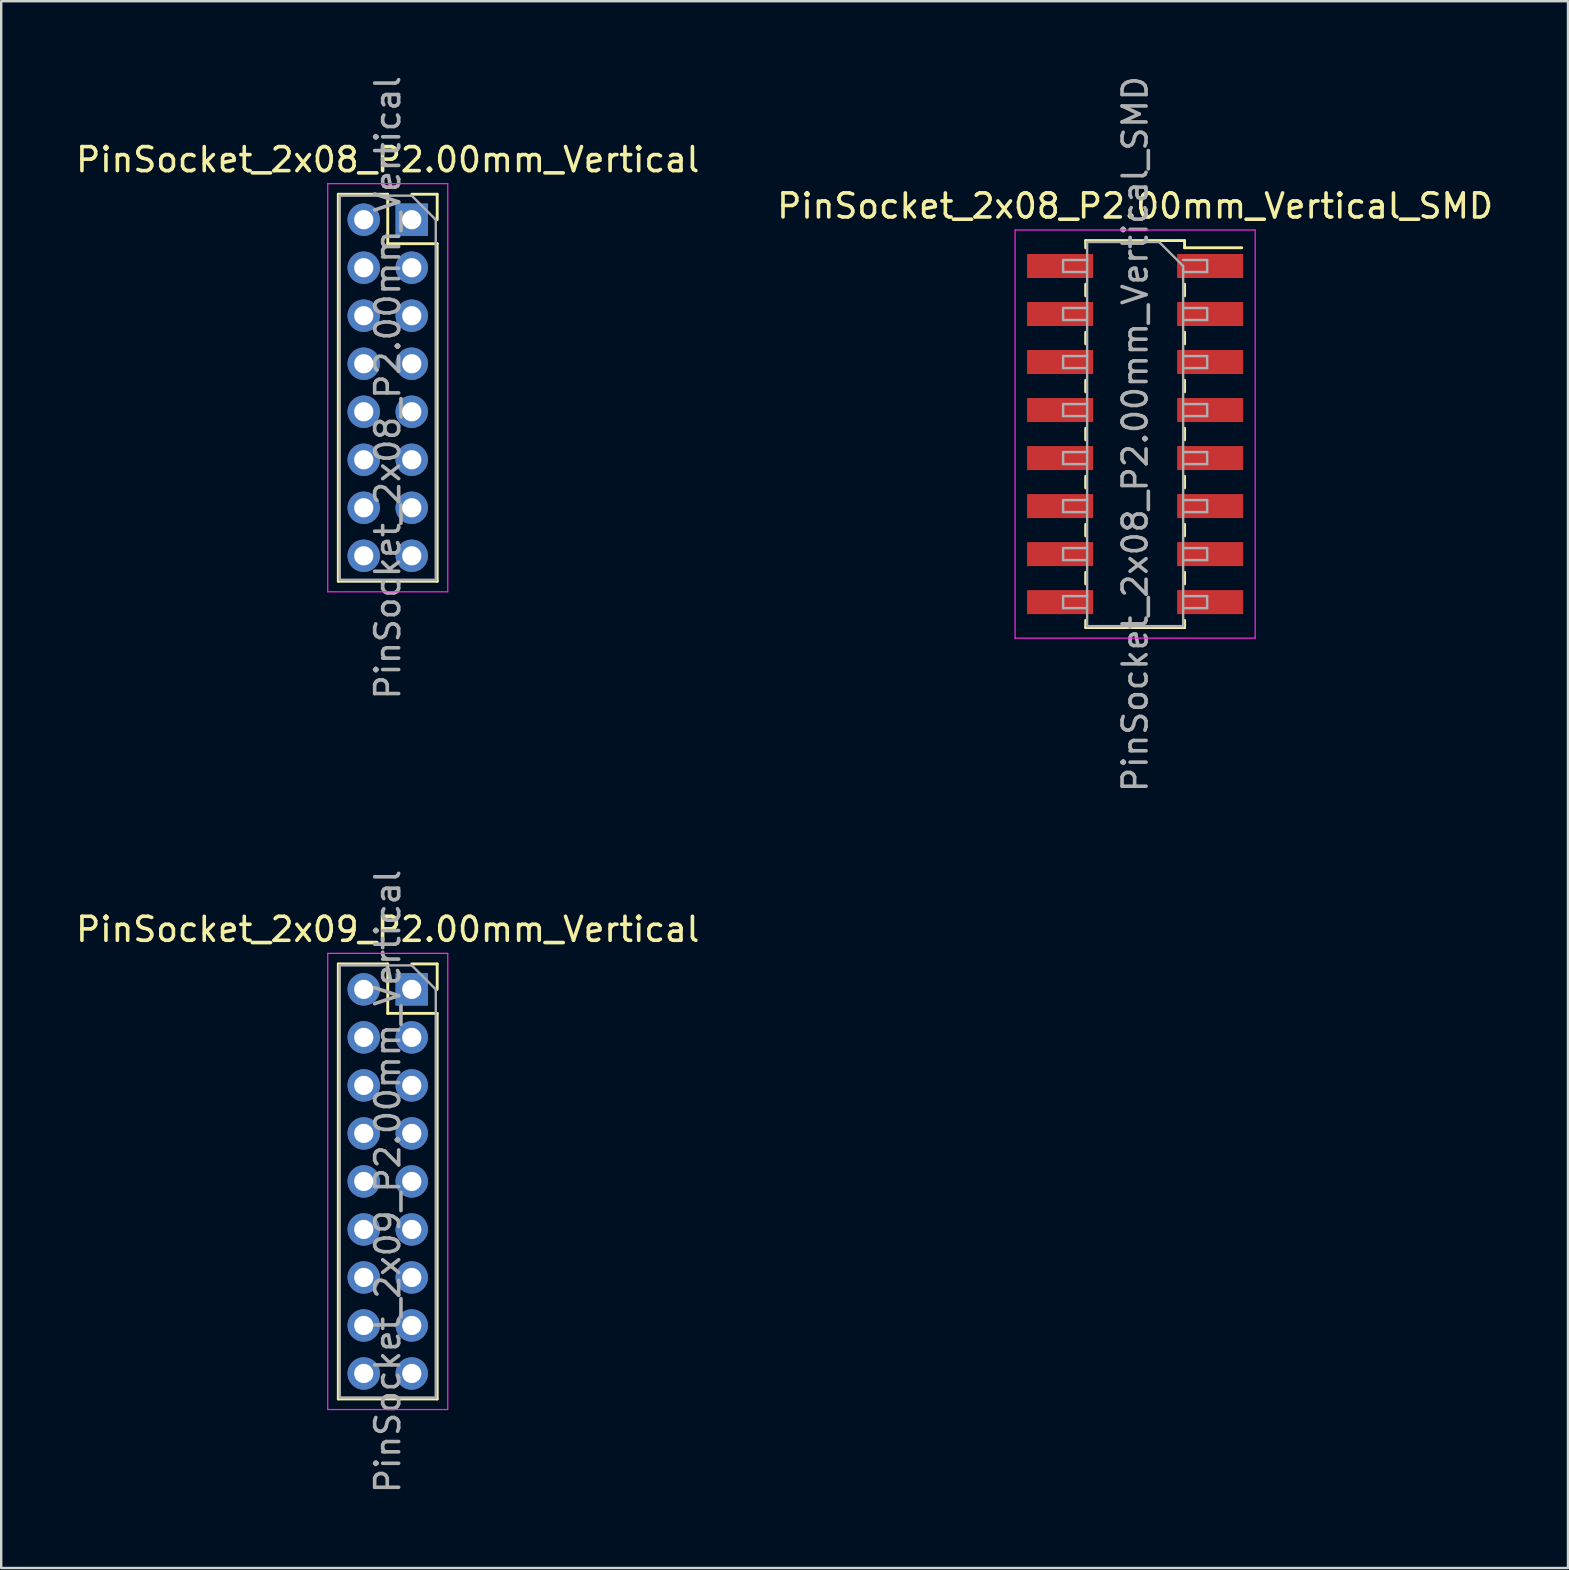
<source format=kicad_pcb>
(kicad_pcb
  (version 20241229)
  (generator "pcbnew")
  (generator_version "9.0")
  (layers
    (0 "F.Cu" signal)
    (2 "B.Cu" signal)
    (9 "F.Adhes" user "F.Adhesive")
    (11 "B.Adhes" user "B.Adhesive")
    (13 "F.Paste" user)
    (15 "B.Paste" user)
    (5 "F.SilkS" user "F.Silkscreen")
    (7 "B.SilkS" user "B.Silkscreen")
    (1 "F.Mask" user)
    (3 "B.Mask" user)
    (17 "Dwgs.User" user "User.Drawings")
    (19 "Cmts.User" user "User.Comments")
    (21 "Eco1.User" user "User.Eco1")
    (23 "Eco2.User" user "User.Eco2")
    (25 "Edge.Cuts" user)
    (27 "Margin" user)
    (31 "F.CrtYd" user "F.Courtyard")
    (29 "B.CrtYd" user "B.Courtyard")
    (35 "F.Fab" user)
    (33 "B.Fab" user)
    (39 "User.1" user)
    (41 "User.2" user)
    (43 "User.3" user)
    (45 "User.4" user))
  (footprint "PinSocket_2x09_P2.00mm_Vertical"
    (layer "F.Cu")
    (at 14.101 38.161)
    (property "Reference" "PinSocket_2x09_P2.00mm_Vertical" (at -1 -2.5 0) (layer "F.SilkS") (effects (font (size 1 1) (thickness 0.15))))
    (attr through_hole)
    (fp_line (start -3.06 -1.06) (end -3.06 17.06) (stroke (width 0.12) (type solid)) (layer "F.SilkS"))
    (fp_line (start -3.06 -1.06) (end -1 -1.06) (stroke (width 0.12) (type solid)) (layer "F.SilkS"))
    (fp_line (start -3.06 17.06) (end 1.06 17.06) (stroke (width 0.12) (type solid)) (layer "F.SilkS"))
    (fp_line (start -1 -1.06) (end -1 1) (stroke (width 0.12) (type solid)) (layer "F.SilkS"))
    (fp_line (start -1 1) (end 1.06 1) (stroke (width 0.12) (type solid)) (layer "F.SilkS"))
    (fp_line (start 0 -1.06) (end 1.06 -1.06) (stroke (width 0.12) (type solid)) (layer "F.SilkS"))
    (fp_line (start 1.06 -1.06) (end 1.06 0) (stroke (width 0.12) (type solid)) (layer "F.SilkS"))
    (fp_line (start 1.06 1) (end 1.06 17.06) (stroke (width 0.12) (type solid)) (layer "F.SilkS"))
    (fp_line (start -3.5 -1.5) (end 1.5 -1.5) (stroke (width 0.05) (type solid)) (layer "F.CrtYd"))
    (fp_line (start -3.5 17.5) (end -3.5 -1.5) (stroke (width 0.05) (type solid)) (layer "F.CrtYd"))
    (fp_line (start 1.5 -1.5) (end 1.5 17.5) (stroke (width 0.05) (type solid)) (layer "F.CrtYd"))
    (fp_line (start 1.5 17.5) (end -3.5 17.5) (stroke (width 0.05) (type solid)) (layer "F.CrtYd"))
    (fp_line (start -3 -1) (end 0 -1) (stroke (width 0.1) (type solid)) (layer "F.Fab"))
    (fp_line (start -3 17) (end -3 -1) (stroke (width 0.1) (type solid)) (layer "F.Fab"))
    (fp_line (start 0 -1) (end 1 0) (stroke (width 0.1) (type solid)) (layer "F.Fab"))
    (fp_line (start 1 0) (end 1 17) (stroke (width 0.1) (type solid)) (layer "F.Fab"))
    (fp_line (start 1 17) (end -3 17) (stroke (width 0.1) (type solid)) (layer "F.Fab"))
    (fp_text user "${REFERENCE}" (at -1 8 90) (layer "F.Fab") (effects (font (size 1 1) (thickness 0.15))))
    (pad "1" thru_hole rect (at 0 0) (size 1.35 1.35) (drill 0.8) (layers "*.Cu" "*.Mask"))
    (pad "2" thru_hole oval (at -2 0) (size 1.35 1.35) (drill 0.8) (layers "*.Cu" "*.Mask"))
    (pad "3" thru_hole oval (at 0 2) (size 1.35 1.35) (drill 0.8) (layers "*.Cu" "*.Mask"))
    (pad "4" thru_hole oval (at -2 2) (size 1.35 1.35) (drill 0.8) (layers "*.Cu" "*.Mask"))
    (pad "5" thru_hole oval (at 0 4) (size 1.35 1.35) (drill 0.8) (layers "*.Cu" "*.Mask"))
    (pad "6" thru_hole oval (at -2 4) (size 1.35 1.35) (drill 0.8) (layers "*.Cu" "*.Mask"))
    (pad "7" thru_hole oval (at 0 6) (size 1.35 1.35) (drill 0.8) (layers "*.Cu" "*.Mask"))
    (pad "8" thru_hole oval (at -2 6) (size 1.35 1.35) (drill 0.8) (layers "*.Cu" "*.Mask"))
    (pad "9" thru_hole oval (at 0 8) (size 1.35 1.35) (drill 0.8) (layers "*.Cu" "*.Mask"))
    (pad "10" thru_hole oval (at -2 8) (size 1.35 1.35) (drill 0.8) (layers "*.Cu" "*.Mask"))
    (pad "11" thru_hole oval (at 0 10) (size 1.35 1.35) (drill 0.8) (layers "*.Cu" "*.Mask"))
    (pad "12" thru_hole oval (at -2 10) (size 1.35 1.35) (drill 0.8) (layers "*.Cu" "*.Mask"))
    (pad "13" thru_hole oval (at 0 12) (size 1.35 1.35) (drill 0.8) (layers "*.Cu" "*.Mask"))
    (pad "14" thru_hole oval (at -2 12) (size 1.35 1.35) (drill 0.8) (layers "*.Cu" "*.Mask"))
    (pad "15" thru_hole oval (at 0 14) (size 1.35 1.35) (drill 0.8) (layers "*.Cu" "*.Mask"))
    (pad "16" thru_hole oval (at -2 14) (size 1.35 1.35) (drill 0.8) (layers "*.Cu" "*.Mask"))
    (pad "17" thru_hole oval (at 0 16) (size 1.35 1.35) (drill 0.8) (layers "*.Cu" "*.Mask"))
    (pad "18" thru_hole oval (at -2 16) (size 1.35 1.35) (drill 0.8) (layers "*.Cu" "*.Mask")))
  (footprint "PinSocket_2x08_P2.00mm_Vertical_SMD"
    (layer "F.Cu")
    (at 44.232 15.03)
    (property "Reference" "PinSocket_2x08_P2.00mm_Vertical_SMD" (at 0 -9.5 0) (layer "F.SilkS") (effects (font (size 1 1) (thickness 0.15))))
    (attr smd)
    (fp_line (start -2.06 -8.06) (end -2.06 -7.76) (stroke (width 0.12) (type solid)) (layer "F.SilkS"))
    (fp_line (start -2.06 -8.06) (end 2.06 -8.06) (stroke (width 0.12) (type solid)) (layer "F.SilkS"))
    (fp_line (start -2.06 -6.24) (end -2.06 -5.76) (stroke (width 0.12) (type solid)) (layer "F.SilkS"))
    (fp_line (start -2.06 -4.24) (end -2.06 -3.76) (stroke (width 0.12) (type solid)) (layer "F.SilkS"))
    (fp_line (start -2.06 -2.24) (end -2.06 -1.76) (stroke (width 0.12) (type solid)) (layer "F.SilkS"))
    (fp_line (start -2.06 -0.24) (end -2.06 0.24) (stroke (width 0.12) (type solid)) (layer "F.SilkS"))
    (fp_line (start -2.06 1.76) (end -2.06 2.24) (stroke (width 0.12) (type solid)) (layer "F.SilkS"))
    (fp_line (start -2.06 3.76) (end -2.06 4.24) (stroke (width 0.12) (type solid)) (layer "F.SilkS"))
    (fp_line (start -2.06 5.76) (end -2.06 6.24) (stroke (width 0.12) (type solid)) (layer "F.SilkS"))
    (fp_line (start -2.06 7.76) (end -2.06 8.06) (stroke (width 0.12) (type solid)) (layer "F.SilkS"))
    (fp_line (start -2.06 8.06) (end 2.06 8.06) (stroke (width 0.12) (type solid)) (layer "F.SilkS"))
    (fp_line (start 2.06 -8.06) (end 2.06 -7.76) (stroke (width 0.12) (type solid)) (layer "F.SilkS"))
    (fp_line (start 2.06 -7.76) (end 4.44 -7.76) (stroke (width 0.12) (type solid)) (layer "F.SilkS"))
    (fp_line (start 2.06 -6.24) (end 2.06 -5.76) (stroke (width 0.12) (type solid)) (layer "F.SilkS"))
    (fp_line (start 2.06 -4.24) (end 2.06 -3.76) (stroke (width 0.12) (type solid)) (layer "F.SilkS"))
    (fp_line (start 2.06 -2.24) (end 2.06 -1.76) (stroke (width 0.12) (type solid)) (layer "F.SilkS"))
    (fp_line (start 2.06 -0.24) (end 2.06 0.24) (stroke (width 0.12) (type solid)) (layer "F.SilkS"))
    (fp_line (start 2.06 1.76) (end 2.06 2.24) (stroke (width 0.12) (type solid)) (layer "F.SilkS"))
    (fp_line (start 2.06 3.76) (end 2.06 4.24) (stroke (width 0.12) (type solid)) (layer "F.SilkS"))
    (fp_line (start 2.06 5.76) (end 2.06 6.24) (stroke (width 0.12) (type solid)) (layer "F.SilkS"))
    (fp_line (start 2.06 7.76) (end 2.06 8.06) (stroke (width 0.12) (type solid)) (layer "F.SilkS"))
    (fp_line (start -5 -8.5) (end 5 -8.5) (stroke (width 0.05) (type solid)) (layer "F.CrtYd"))
    (fp_line (start -5 8.5) (end -5 -8.5) (stroke (width 0.05) (type solid)) (layer "F.CrtYd"))
    (fp_line (start 5 -8.5) (end 5 8.5) (stroke (width 0.05) (type solid)) (layer "F.CrtYd"))
    (fp_line (start 5 8.5) (end -5 8.5) (stroke (width 0.05) (type solid)) (layer "F.CrtYd"))
    (fp_line (start -3 -7.25) (end -2 -7.25) (stroke (width 0.1) (type solid)) (layer "F.Fab"))
    (fp_line (start -3 -6.75) (end -3 -7.25) (stroke (width 0.1) (type solid)) (layer "F.Fab"))
    (fp_line (start -3 -5.25) (end -2 -5.25) (stroke (width 0.1) (type solid)) (layer "F.Fab"))
    (fp_line (start -3 -4.75) (end -3 -5.25) (stroke (width 0.1) (type solid)) (layer "F.Fab"))
    (fp_line (start -3 -3.25) (end -2 -3.25) (stroke (width 0.1) (type solid)) (layer "F.Fab"))
    (fp_line (start -3 -2.75) (end -3 -3.25) (stroke (width 0.1) (type solid)) (layer "F.Fab"))
    (fp_line (start -3 -1.25) (end -2 -1.25) (stroke (width 0.1) (type solid)) (layer "F.Fab"))
    (fp_line (start -3 -0.75) (end -3 -1.25) (stroke (width 0.1) (type solid)) (layer "F.Fab"))
    (fp_line (start -3 0.75) (end -2 0.75) (stroke (width 0.1) (type solid)) (layer "F.Fab"))
    (fp_line (start -3 1.25) (end -3 0.75) (stroke (width 0.1) (type solid)) (layer "F.Fab"))
    (fp_line (start -3 2.75) (end -2 2.75) (stroke (width 0.1) (type solid)) (layer "F.Fab"))
    (fp_line (start -3 3.25) (end -3 2.75) (stroke (width 0.1) (type solid)) (layer "F.Fab"))
    (fp_line (start -3 4.75) (end -2 4.75) (stroke (width 0.1) (type solid)) (layer "F.Fab"))
    (fp_line (start -3 5.25) (end -3 4.75) (stroke (width 0.1) (type solid)) (layer "F.Fab"))
    (fp_line (start -3 6.75) (end -2 6.75) (stroke (width 0.1) (type solid)) (layer "F.Fab"))
    (fp_line (start -3 7.25) (end -3 6.75) (stroke (width 0.1) (type solid)) (layer "F.Fab"))
    (fp_line (start -2 -8) (end 1 -8) (stroke (width 0.1) (type solid)) (layer "F.Fab"))
    (fp_line (start -2 -6.75) (end -3 -6.75) (stroke (width 0.1) (type solid)) (layer "F.Fab"))
    (fp_line (start -2 -4.75) (end -3 -4.75) (stroke (width 0.1) (type solid)) (layer "F.Fab"))
    (fp_line (start -2 -2.75) (end -3 -2.75) (stroke (width 0.1) (type solid)) (layer "F.Fab"))
    (fp_line (start -2 -0.75) (end -3 -0.75) (stroke (width 0.1) (type solid)) (layer "F.Fab"))
    (fp_line (start -2 1.25) (end -3 1.25) (stroke (width 0.1) (type solid)) (layer "F.Fab"))
    (fp_line (start -2 3.25) (end -3 3.25) (stroke (width 0.1) (type solid)) (layer "F.Fab"))
    (fp_line (start -2 5.25) (end -3 5.25) (stroke (width 0.1) (type solid)) (layer "F.Fab"))
    (fp_line (start -2 7.25) (end -3 7.25) (stroke (width 0.1) (type solid)) (layer "F.Fab"))
    (fp_line (start -2 8) (end -2 -8) (stroke (width 0.1) (type solid)) (layer "F.Fab"))
    (fp_line (start 1 -8) (end 2 -7) (stroke (width 0.1) (type solid)) (layer "F.Fab"))
    (fp_line (start 2 -7.25) (end 3 -7.25) (stroke (width 0.1) (type solid)) (layer "F.Fab"))
    (fp_line (start 2 -7) (end 2 8) (stroke (width 0.1) (type solid)) (layer "F.Fab"))
    (fp_line (start 2 -5.25) (end 3 -5.25) (stroke (width 0.1) (type solid)) (layer "F.Fab"))
    (fp_line (start 2 -3.25) (end 3 -3.25) (stroke (width 0.1) (type solid)) (layer "F.Fab"))
    (fp_line (start 2 -1.25) (end 3 -1.25) (stroke (width 0.1) (type solid)) (layer "F.Fab"))
    (fp_line (start 2 0.75) (end 3 0.75) (stroke (width 0.1) (type solid)) (layer "F.Fab"))
    (fp_line (start 2 2.75) (end 3 2.75) (stroke (width 0.1) (type solid)) (layer "F.Fab"))
    (fp_line (start 2 4.75) (end 3 4.75) (stroke (width 0.1) (type solid)) (layer "F.Fab"))
    (fp_line (start 2 6.75) (end 3 6.75) (stroke (width 0.1) (type solid)) (layer "F.Fab"))
    (fp_line (start 2 8) (end -2 8) (stroke (width 0.1) (type solid)) (layer "F.Fab"))
    (fp_line (start 3 -7.25) (end 3 -6.75) (stroke (width 0.1) (type solid)) (layer "F.Fab"))
    (fp_line (start 3 -6.75) (end 2 -6.75) (stroke (width 0.1) (type solid)) (layer "F.Fab"))
    (fp_line (start 3 -5.25) (end 3 -4.75) (stroke (width 0.1) (type solid)) (layer "F.Fab"))
    (fp_line (start 3 -4.75) (end 2 -4.75) (stroke (width 0.1) (type solid)) (layer "F.Fab"))
    (fp_line (start 3 -3.25) (end 3 -2.75) (stroke (width 0.1) (type solid)) (layer "F.Fab"))
    (fp_line (start 3 -2.75) (end 2 -2.75) (stroke (width 0.1) (type solid)) (layer "F.Fab"))
    (fp_line (start 3 -1.25) (end 3 -0.75) (stroke (width 0.1) (type solid)) (layer "F.Fab"))
    (fp_line (start 3 -0.75) (end 2 -0.75) (stroke (width 0.1) (type solid)) (layer "F.Fab"))
    (fp_line (start 3 0.75) (end 3 1.25) (stroke (width 0.1) (type solid)) (layer "F.Fab"))
    (fp_line (start 3 1.25) (end 2 1.25) (stroke (width 0.1) (type solid)) (layer "F.Fab"))
    (fp_line (start 3 2.75) (end 3 3.25) (stroke (width 0.1) (type solid)) (layer "F.Fab"))
    (fp_line (start 3 3.25) (end 2 3.25) (stroke (width 0.1) (type solid)) (layer "F.Fab"))
    (fp_line (start 3 4.75) (end 3 5.25) (stroke (width 0.1) (type solid)) (layer "F.Fab"))
    (fp_line (start 3 5.25) (end 2 5.25) (stroke (width 0.1) (type solid)) (layer "F.Fab"))
    (fp_line (start 3 6.75) (end 3 7.25) (stroke (width 0.1) (type solid)) (layer "F.Fab"))
    (fp_line (start 3 7.25) (end 2 7.25) (stroke (width 0.1) (type solid)) (layer "F.Fab"))
    (fp_text user "${REFERENCE}" (at 0 0 90) (layer "F.Fab") (effects (font (size 1 1) (thickness 0.15))))
    (pad "1" smd rect (at 3.125 -7) (size 2.75 1) (layers "F.Cu" "F.Mask" "F.Paste"))
    (pad "2" smd rect (at -3.125 -7) (size 2.75 1) (layers "F.Cu" "F.Mask" "F.Paste"))
    (pad "3" smd rect (at 3.125 -5) (size 2.75 1) (layers "F.Cu" "F.Mask" "F.Paste"))
    (pad "4" smd rect (at -3.125 -5) (size 2.75 1) (layers "F.Cu" "F.Mask" "F.Paste"))
    (pad "5" smd rect (at 3.125 -3) (size 2.75 1) (layers "F.Cu" "F.Mask" "F.Paste"))
    (pad "6" smd rect (at -3.125 -3) (size 2.75 1) (layers "F.Cu" "F.Mask" "F.Paste"))
    (pad "7" smd rect (at 3.125 -1) (size 2.75 1) (layers "F.Cu" "F.Mask" "F.Paste"))
    (pad "8" smd rect (at -3.125 -1) (size 2.75 1) (layers "F.Cu" "F.Mask" "F.Paste"))
    (pad "9" smd rect (at 3.125 1) (size 2.75 1) (layers "F.Cu" "F.Mask" "F.Paste"))
    (pad "10" smd rect (at -3.125 1) (size 2.75 1) (layers "F.Cu" "F.Mask" "F.Paste"))
    (pad "11" smd rect (at 3.125 3) (size 2.75 1) (layers "F.Cu" "F.Mask" "F.Paste"))
    (pad "12" smd rect (at -3.125 3) (size 2.75 1) (layers "F.Cu" "F.Mask" "F.Paste"))
    (pad "13" smd rect (at 3.125 5) (size 2.75 1) (layers "F.Cu" "F.Mask" "F.Paste"))
    (pad "14" smd rect (at -3.125 5) (size 2.75 1) (layers "F.Cu" "F.Mask" "F.Paste"))
    (pad "15" smd rect (at 3.125 7) (size 2.75 1) (layers "F.Cu" "F.Mask" "F.Paste"))
    (pad "16" smd rect (at -3.125 7) (size 2.75 1) (layers "F.Cu" "F.Mask" "F.Paste")))
  (footprint "PinSocket_2x08_P2.00mm_Vertical"
    (layer "F.Cu")
    (at 14.101 6.101)
    (property "Reference" "PinSocket_2x08_P2.00mm_Vertical" (at -1 -2.5 0) (layer "F.SilkS") (effects (font (size 1 1) (thickness 0.15))))
    (attr through_hole)
    (fp_line (start -3.06 -1.06) (end -3.06 15.06) (stroke (width 0.12) (type solid)) (layer "F.SilkS"))
    (fp_line (start -3.06 -1.06) (end -1 -1.06) (stroke (width 0.12) (type solid)) (layer "F.SilkS"))
    (fp_line (start -3.06 15.06) (end 1.06 15.06) (stroke (width 0.12) (type solid)) (layer "F.SilkS"))
    (fp_line (start -1 -1.06) (end -1 1) (stroke (width 0.12) (type solid)) (layer "F.SilkS"))
    (fp_line (start -1 1) (end 1.06 1) (stroke (width 0.12) (type solid)) (layer "F.SilkS"))
    (fp_line (start 0 -1.06) (end 1.06 -1.06) (stroke (width 0.12) (type solid)) (layer "F.SilkS"))
    (fp_line (start 1.06 -1.06) (end 1.06 0) (stroke (width 0.12) (type solid)) (layer "F.SilkS"))
    (fp_line (start 1.06 1) (end 1.06 15.06) (stroke (width 0.12) (type solid)) (layer "F.SilkS"))
    (fp_line (start -3.5 -1.5) (end 1.5 -1.5) (stroke (width 0.05) (type solid)) (layer "F.CrtYd"))
    (fp_line (start -3.5 15.5) (end -3.5 -1.5) (stroke (width 0.05) (type solid)) (layer "F.CrtYd"))
    (fp_line (start 1.5 -1.5) (end 1.5 15.5) (stroke (width 0.05) (type solid)) (layer "F.CrtYd"))
    (fp_line (start 1.5 15.5) (end -3.5 15.5) (stroke (width 0.05) (type solid)) (layer "F.CrtYd"))
    (fp_line (start -3 -1) (end 0 -1) (stroke (width 0.1) (type solid)) (layer "F.Fab"))
    (fp_line (start -3 15) (end -3 -1) (stroke (width 0.1) (type solid)) (layer "F.Fab"))
    (fp_line (start 0 -1) (end 1 0) (stroke (width 0.1) (type solid)) (layer "F.Fab"))
    (fp_line (start 1 0) (end 1 15) (stroke (width 0.1) (type solid)) (layer "F.Fab"))
    (fp_line (start 1 15) (end -3 15) (stroke (width 0.1) (type solid)) (layer "F.Fab"))
    (fp_text user "${REFERENCE}" (at -1 7 90) (layer "F.Fab") (effects (font (size 1 1) (thickness 0.15))))
    (pad "1" thru_hole rect (at 0 0) (size 1.35 1.35) (drill 0.8) (layers "*.Cu" "*.Mask"))
    (pad "2" thru_hole oval (at -2 0) (size 1.35 1.35) (drill 0.8) (layers "*.Cu" "*.Mask"))
    (pad "3" thru_hole oval (at 0 2) (size 1.35 1.35) (drill 0.8) (layers "*.Cu" "*.Mask"))
    (pad "4" thru_hole oval (at -2 2) (size 1.35 1.35) (drill 0.8) (layers "*.Cu" "*.Mask"))
    (pad "5" thru_hole oval (at 0 4) (size 1.35 1.35) (drill 0.8) (layers "*.Cu" "*.Mask"))
    (pad "6" thru_hole oval (at -2 4) (size 1.35 1.35) (drill 0.8) (layers "*.Cu" "*.Mask"))
    (pad "7" thru_hole oval (at 0 6) (size 1.35 1.35) (drill 0.8) (layers "*.Cu" "*.Mask"))
    (pad "8" thru_hole oval (at -2 6) (size 1.35 1.35) (drill 0.8) (layers "*.Cu" "*.Mask"))
    (pad "9" thru_hole oval (at 0 8) (size 1.35 1.35) (drill 0.8) (layers "*.Cu" "*.Mask"))
    (pad "10" thru_hole oval (at -2 8) (size 1.35 1.35) (drill 0.8) (layers "*.Cu" "*.Mask"))
    (pad "11" thru_hole oval (at 0 10) (size 1.35 1.35) (drill 0.8) (layers "*.Cu" "*.Mask"))
    (pad "12" thru_hole oval (at -2 10) (size 1.35 1.35) (drill 0.8) (layers "*.Cu" "*.Mask"))
    (pad "13" thru_hole oval (at 0 12) (size 1.35 1.35) (drill 0.8) (layers "*.Cu" "*.Mask"))
    (pad "14" thru_hole oval (at -2 12) (size 1.35 1.35) (drill 0.8) (layers "*.Cu" "*.Mask"))
    (pad "15" thru_hole oval (at 0 14) (size 1.35 1.35) (drill 0.8) (layers "*.Cu" "*.Mask"))
    (pad "16" thru_hole oval (at -2 14) (size 1.35 1.35) (drill 0.8) (layers "*.Cu" "*.Mask")))
  (gr_rect
    (start -3 -3)
    (end 62.262 62.262)
    (stroke (width 0.1) (type default))
    (fill no)
    (layer "Edge.Cuts")))
</source>
